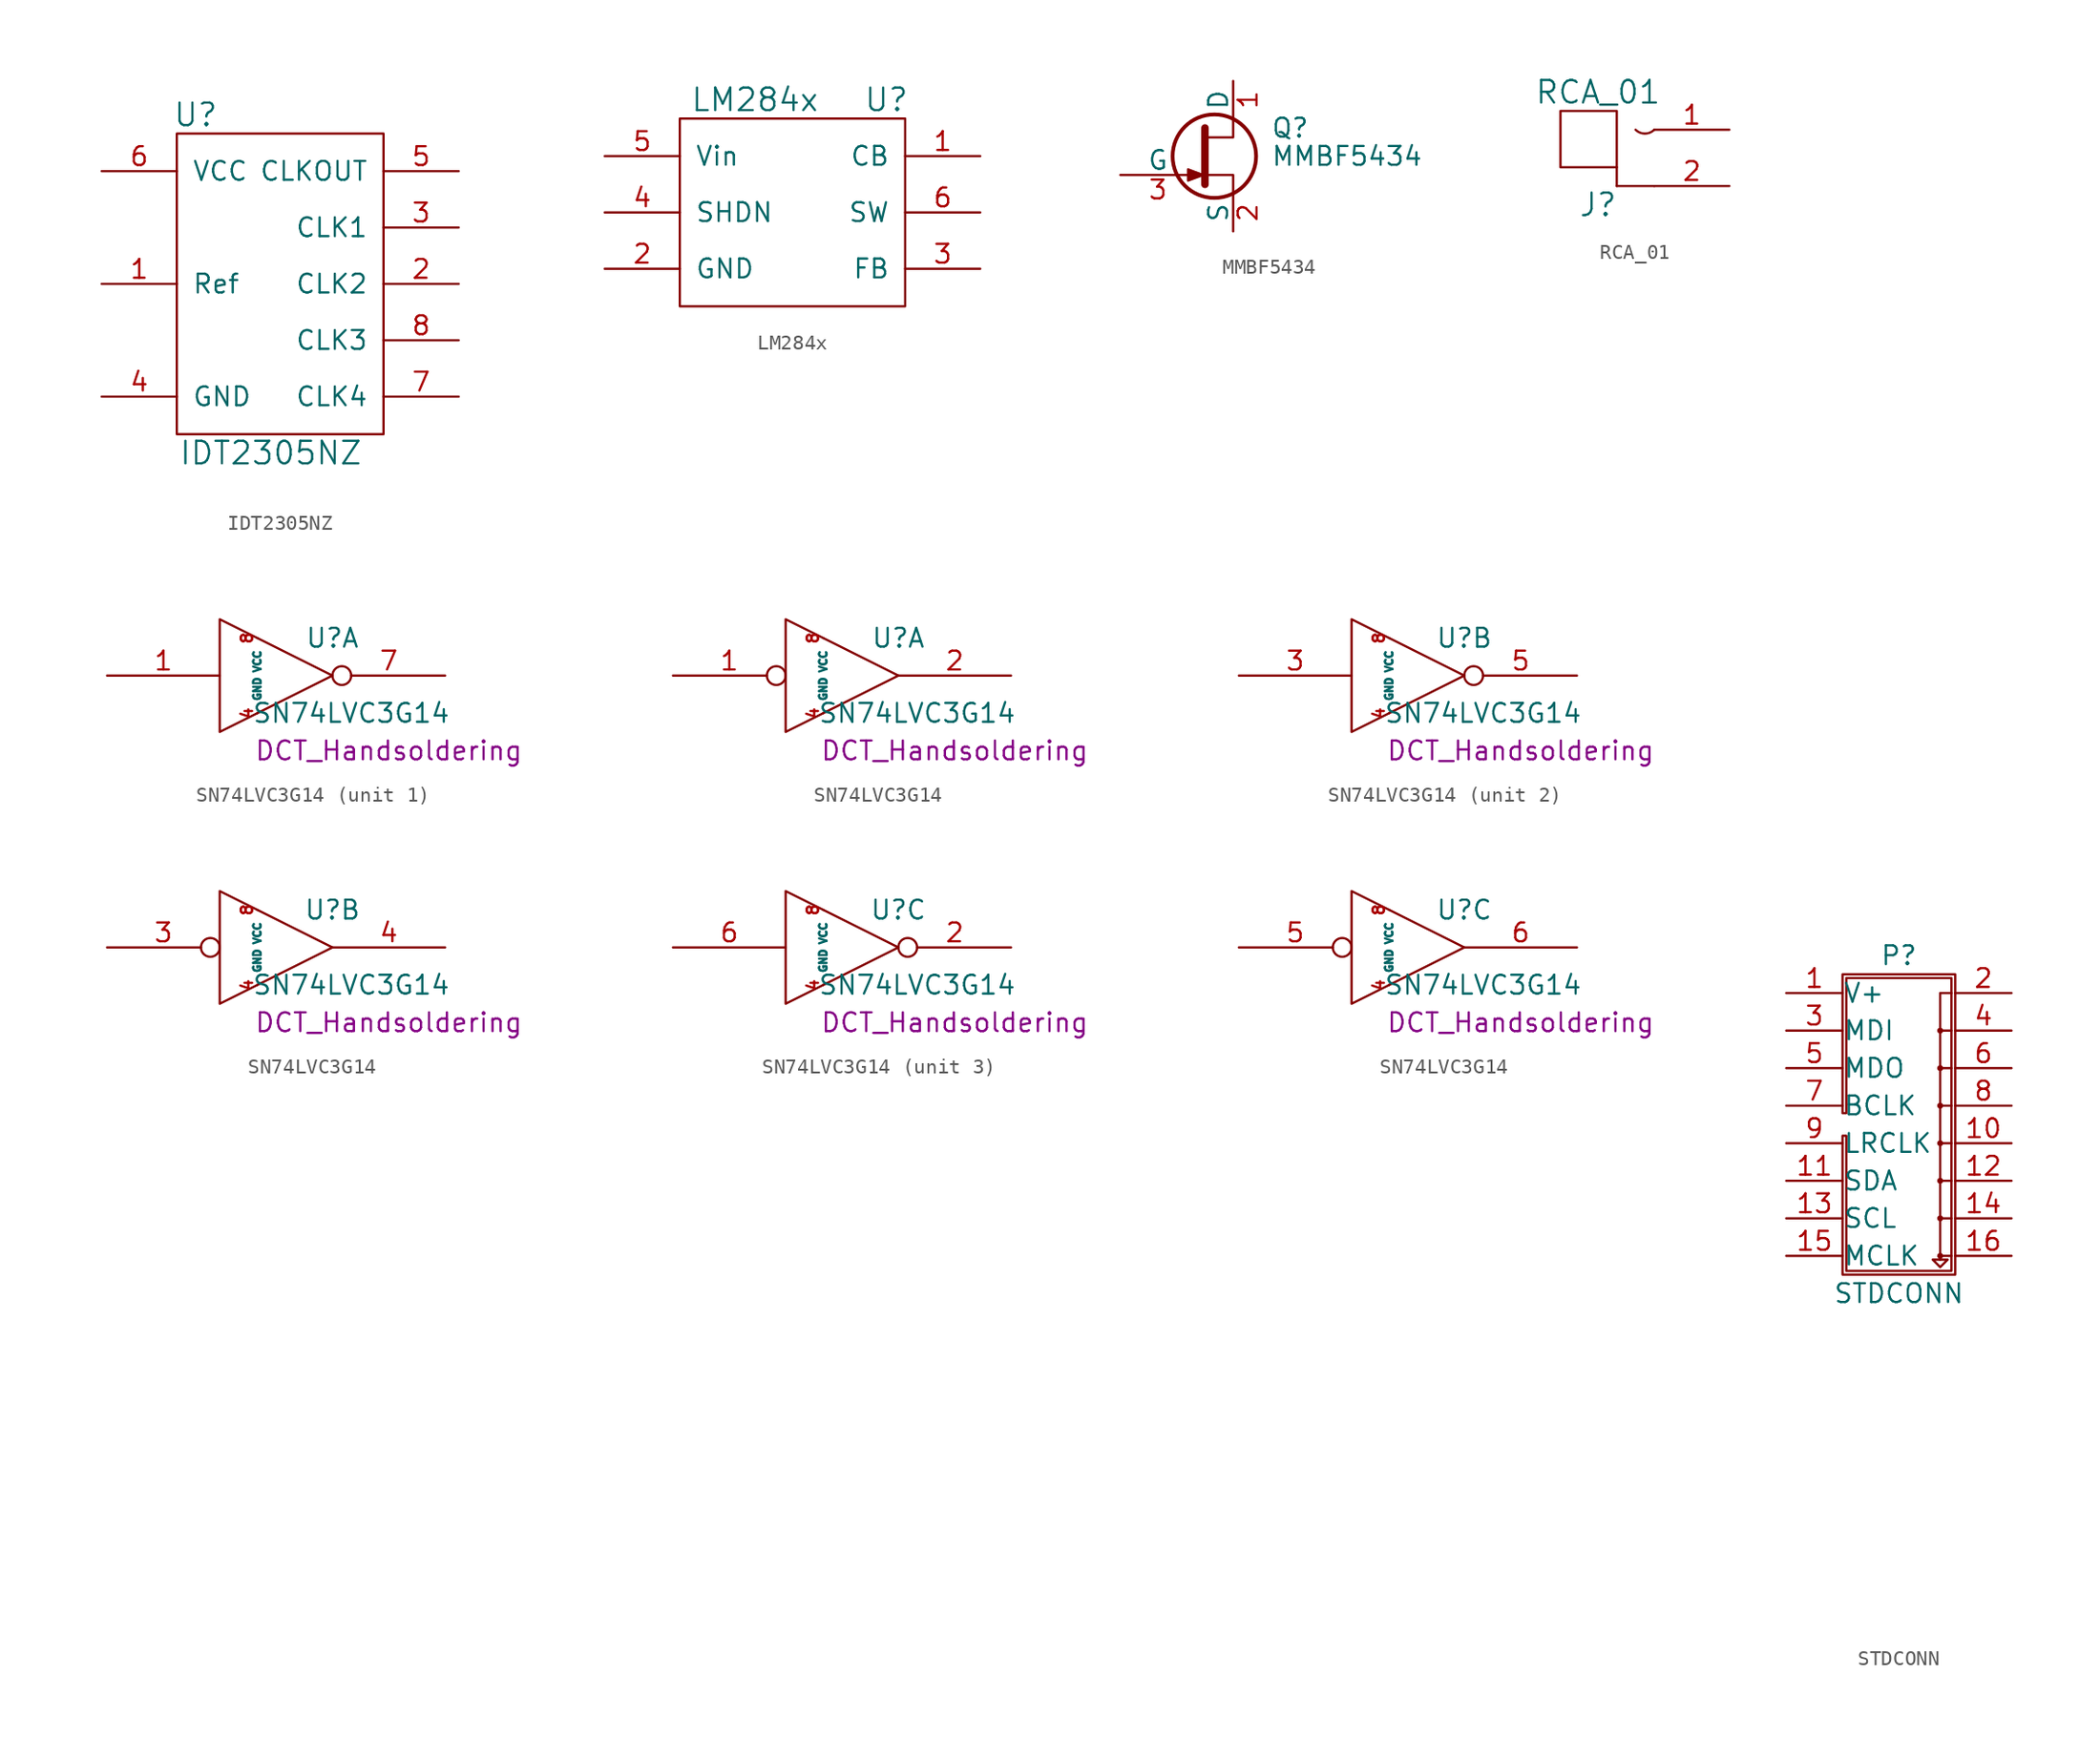
<source format=kicad_sym>
(kicad_symbol_lib
  (version 20211014)
  (generator kicad_symbol_editor)
  (symbol "IDT2305NZ"
    (pin_names
      (offset 1.016))
    (property "Reference" "U"
      (at -5.08 11.43 0)
      (effects (font (size 1.524 1.524))))
    (property "Value" "IDT2305NZ"
      (at 0 -11.43 0)
      (effects (font (size 1.524 1.524))))
    (symbol "IDT2305NZ_0_1"
      (rectangle (start -6.35 10.16) (end 7.62 -10.16) (stroke (width 0) (type default) (color 0 0 0 0)) (fill (type none))))
    (symbol "IDT2305NZ_1_1"
      (pin input line (at -11.43 0 0) (length 5.08) (name "Ref" (effects (font (size 1.27 1.27)))) (number "1" (effects (font (size 1.27 1.27)))))
      (pin input line (at 12.7 0 180) (length 5.08) (name "CLK2" (effects (font (size 1.27 1.27)))) (number "2" (effects (font (size 1.27 1.27)))))
      (pin input line (at 12.7 3.81 180) (length 5.08) (name "CLK1" (effects (font (size 1.27 1.27)))) (number "3" (effects (font (size 1.27 1.27)))))
      (pin input line (at -11.43 -7.62 0) (length 5.08) (name "GND" (effects (font (size 1.27 1.27)))) (number "4" (effects (font (size 1.27 1.27)))))
      (pin input line (at 12.7 7.62 180) (length 5.08) (name "CLKOUT" (effects (font (size 1.27 1.27)))) (number "5" (effects (font (size 1.27 1.27)))))
      (pin input line (at -11.43 7.62 0) (length 5.08) (name "VCC" (effects (font (size 1.27 1.27)))) (number "6" (effects (font (size 1.27 1.27)))))
      (pin input line (at 12.7 -7.62 180) (length 5.08) (name "CLK4" (effects (font (size 1.27 1.27)))) (number "7" (effects (font (size 1.27 1.27)))))
      (pin input line (at 12.7 -3.81 180) (length 5.08) (name "CLK3" (effects (font (size 1.27 1.27)))) (number "8" (effects (font (size 1.27 1.27)))))))
  (symbol "LM284x"
    (pin_names
      (offset 1.016))
    (property "Reference" "U"
      (at 6.35 7.62 0)
      (effects (font (size 1.524 1.524))))
    (property "Value" "LM284x"
      (at -2.54 7.62 0)
      (effects (font (size 1.524 1.524))))
    (property "Footprint" ""
      (at 1.27 0 0)
      (effects (font (size 1.524 1.524))))
    (property "Datasheet" ""
      (at 1.27 0 0)
      (effects (font (size 1.524 1.524))))
    (symbol "LM284x_0_1"
      (rectangle (start -7.62 6.35) (end 7.62 -6.35) (stroke (width 0) (type default) (color 0 0 0 0)) (fill (type none))))
    (symbol "LM284x_1_1"
      (pin input line (at 12.7 3.81 180) (length 5.08) (name "CB" (effects (font (size 1.27 1.27)))) (number "1" (effects (font (size 1.27 1.27)))))
      (pin power_in line (at -12.7 -3.81 0) (length 5.08) (name "GND" (effects (font (size 1.27 1.27)))) (number "2" (effects (font (size 1.27 1.27)))))
      (pin input line (at 12.7 -3.81 180) (length 5.08) (name "FB" (effects (font (size 1.27 1.27)))) (number "3" (effects (font (size 1.27 1.27)))))
      (pin input line (at -12.7 0 0) (length 5.08) (name "SHDN" (effects (font (size 1.27 1.27)))) (number "4" (effects (font (size 1.27 1.27)))))
      (pin power_in line (at -12.7 3.81 0) (length 5.08) (name "Vin" (effects (font (size 1.27 1.27)))) (number "5" (effects (font (size 1.27 1.27)))))
      (pin output line (at 12.7 0 180) (length 5.08) (name "SW" (effects (font (size 1.27 1.27)))) (number "6" (effects (font (size 1.27 1.27)))))))
  (symbol "MMBF5434"
    (pin_names
      (offset 0))
    (property "Reference" "Q"
      (at 5.08 1.905 0)
      (effects (font (size 1.27 1.27)) (justify left)))
    (property "Value" "MMBF5434"
      (at 5.08 0 0)
      (effects (font (size 1.27 1.27)) (justify left)))
    (symbol "MMBF5434_0_1"
      (polyline (pts (xy 0.635 1.905) (xy 0.635 -1.905) (xy 0.635 -1.905)) (stroke (width 0.508) (type default) (color 0 0 0 0)) (fill (type none)))
      (polyline (pts (xy 0.508 -1.27) (xy -0.508 -0.889) (xy -0.508 -1.651) (xy 0.508 -1.27)) (stroke (width 0) (type default) (color 0 0 0 0)) (fill (type outline)))
      (polyline (pts (xy 0.762 -1.27) (xy 2.54 -1.27) (xy 2.54 -2.54) (xy 2.54 -2.54)) (stroke (width 0) (type default) (color 0 0 0 0)) (fill (type none)))
      (polyline (pts (xy 0.762 1.27) (xy 2.54 1.27) (xy 2.54 2.54) (xy 2.54 2.54)) (stroke (width 0) (type default) (color 0 0 0 0)) (fill (type none)))
      (circle (center 1.27 0) (radius 2.819) (stroke (width 0.254) (type default) (color 0 0 0 0)) (fill (type none))))
    (symbol "MMBF5434_1_1"
      (pin passive line (at 2.54 5.08 270) (length 2.54) (name "D" (effects (font (size 1.27 1.27)))) (number "1" (effects (font (size 1.27 1.27)))))
      (pin passive line (at 2.54 -5.08 90) (length 2.54) (name "S" (effects (font (size 1.27 1.27)))) (number "2" (effects (font (size 1.27 1.27)))))
      (pin passive line (at -5.08 -1.27 0) (length 5.08) (name "G" (effects (font (size 1.27 1.27)))) (number "3" (effects (font (size 1.27 1.27)))))))
  (symbol "RCA_01"
    (pin_names
      (offset 1.016) hide)
    (property "Reference" "J"
      (at -1.27 -2.54 0)
      (effects (font (size 1.524 1.524))))
    (property "Value" "RCA_01"
      (at -1.27 5.08 0)
      (effects (font (size 1.524 1.524))))
    (property "Footprint" ""
      (at 0 0 0)
      (effects (font (size 1.524 1.524))))
    (property "Datasheet" ""
      (at 0 0 0)
      (effects (font (size 1.524 1.524))))
    (symbol "RCA_01_0_1"
      (rectangle (start -3.81 3.81) (end 0 0) (stroke (width 0) (type default) (color 0 0 0 0)) (fill (type none)))
      (polyline (pts (xy 0 -1.27) (xy 0 0)) (stroke (width 0) (type default) (color 0 0 0 0)) (fill (type none)))
      (polyline (pts (xy 0 -1.27) (xy 2.54 -1.27)) (stroke (width 0) (type default) (color 0 0 0 0)) (fill (type none)))
      (arc (start 1.27 2.54) (mid 1.905 2.277) (end 2.54 2.54) (stroke (width 0) (type default) (color 0 0 0 0)) (fill (type none))))
    (symbol "RCA_01_1_1"
      (pin passive line (at 7.62 2.54 180) (length 5.08) (name "SIG" (effects (font (size 1.27 1.27)))) (number "1" (effects (font (size 1.27 1.27)))))
      (pin passive line (at 7.62 -1.27 180) (length 5.08) (name "GND" (effects (font (size 1.27 1.27)))) (number "2" (effects (font (size 1.27 1.27)))))))
  (symbol "SN74LVC3G14"
    (pin_names
      (offset 0.762))
    (property "Reference" "U"
      (at 3.81 2.54 0)
      (effects (font (size 1.27 1.27))))
    (property "Value" "SN74LVC3G14"
      (at 5.08 -2.54 0)
      (effects (font (size 1.27 1.27))))
    (property "Footprint" "DCT_Handsoldering"
      (at 7.62 -5.08 0)
      (effects (font (size 1.27 1.27))))
    (symbol "SN74LVC3G14_0_0"
      (polyline (pts (xy -3.81 3.81) (xy -3.81 -3.81) (xy 3.81 0) (xy -3.81 3.81)) (stroke (width 0) (type default) (color 0 0 0 0)) (fill (type none)))
      (pin input line (at -1.27 -2.54 90) (length 0) (name "GND" (effects (font (size 0.508 0.508)))) (number "4" (effects (font (size 0.762 0.762)))))
      (pin input line (at -1.27 2.54 270) (length 0) (name "VCC" (effects (font (size 0.508 0.508)))) (number "8" (effects (font (size 0.762 0.762))))))
    (symbol "SN74LVC3G14_1_1"
      (pin input line (at -11.43 0 0) (length 7.62) (name "~" (effects (font (size 1.27 1.27)))) (number "1" (effects (font (size 1.27 1.27)))))
      (pin output inverted (at 11.43 0 180) (length 7.62) (name "~" (effects (font (size 1.27 1.27)))) (number "7" (effects (font (size 1.27 1.27))))))
    (symbol "SN74LVC3G14_1_2"
      (pin input inverted (at -11.43 0 0) (length 7.62) (name "~" (effects (font (size 1.27 1.27)))) (number "1" (effects (font (size 1.27 1.27)))))
      (pin output line (at 11.43 0 180) (length 7.62) (name "~" (effects (font (size 1.27 1.27)))) (number "2" (effects (font (size 1.27 1.27))))))
    (symbol "SN74LVC3G14_2_1"
      (pin input line (at -11.43 0 0) (length 7.62) (name "~" (effects (font (size 1.27 1.27)))) (number "3" (effects (font (size 1.27 1.27)))))
      (pin output inverted (at 11.43 0 180) (length 7.62) (name "~" (effects (font (size 1.27 1.27)))) (number "5" (effects (font (size 1.27 1.27))))))
    (symbol "SN74LVC3G14_2_2"
      (pin input inverted (at -11.43 0 0) (length 7.62) (name "~" (effects (font (size 1.27 1.27)))) (number "3" (effects (font (size 1.27 1.27)))))
      (pin output line (at 11.43 0 180) (length 7.62) (name "~" (effects (font (size 1.27 1.27)))) (number "4" (effects (font (size 1.27 1.27))))))
    (symbol "SN74LVC3G14_3_1"
      (pin output inverted (at 11.43 0 180) (length 7.62) (name "~" (effects (font (size 1.27 1.27)))) (number "2" (effects (font (size 1.27 1.27)))))
      (pin input line (at -11.43 0 0) (length 7.62) (name "~" (effects (font (size 1.27 1.27)))) (number "6" (effects (font (size 1.27 1.27))))))
    (symbol "SN74LVC3G14_3_2"
      (pin input inverted (at -11.43 0 0) (length 7.62) (name "~" (effects (font (size 1.27 1.27)))) (number "5" (effects (font (size 1.27 1.27)))))
      (pin output line (at 11.43 0 180) (length 7.62) (name "~" (effects (font (size 1.27 1.27)))) (number "6" (effects (font (size 1.27 1.27)))))))
  (symbol "STDCONN"
    (pin_names
      (offset 0.025))
    (property "Reference" "P"
      (at 0 11.43 0)
      (effects (font (size 1.27 1.27))))
    (property "Value" "STDCONN"
      (at 0 -11.43 0)
      (effects (font (size 1.27 1.27))))
    (property "Footprint" ""
      (at 0 -30.48 0)
      (effects (font (size 1.524 1.524))))
    (property "Datasheet" ""
      (at 0 -30.48 0)
      (effects (font (size 1.524 1.524))))
    (symbol "STDCONN_0_1"
      (polyline (pts (xy 2.794 -9.144) (xy 2.794 -8.89)) (stroke (width 0) (type default) (color 0 0 0 0)) (fill (type none)))
      (polyline (pts (xy 3.556 -6.35) (xy 2.794 -6.35)) (stroke (width 0) (type default) (color 0 0 0 0)) (fill (type none)))
      (polyline (pts (xy 3.556 -3.81) (xy 2.794 -3.81)) (stroke (width 0) (type default) (color 0 0 0 0)) (fill (type none)))
      (polyline (pts (xy 3.556 -1.27) (xy 2.794 -1.27)) (stroke (width 0) (type default) (color 0 0 0 0)) (fill (type none)))
      (polyline (pts (xy 3.556 3.81) (xy 2.794 3.81)) (stroke (width 0) (type default) (color 0 0 0 0)) (fill (type none)))
      (polyline (pts (xy 3.556 6.35) (xy 2.794 6.35)) (stroke (width 0) (type default) (color 0 0 0 0)) (fill (type none)))
      (polyline (pts (xy 3.556 1.27) (xy 3.048 1.27) (xy 2.794 1.27)) (stroke (width 0) (type default) (color 0 0 0 0)) (fill (type none)))
      (polyline (pts (xy 3.302 -9.144) (xy 2.286 -9.144) (xy 2.794 -9.652) (xy 3.302 -9.144)) (stroke (width 0) (type default) (color 0 0 0 0)) (fill (type none)))
      (polyline (pts (xy 3.556 8.89) (xy 2.794 8.89) (xy 2.794 -8.89) (xy 3.556 -8.89)) (stroke (width 0) (type default) (color 0 0 0 0)) (fill (type none)))
      (polyline (pts (xy -3.81 -10.16) (xy 3.81 -10.16) (xy 3.81 10.16) (xy -3.81 10.16) (xy -3.81 0.762) (xy -3.556 0.762) (xy -3.556 9.906) (xy 3.556 9.906) (xy 3.556 -9.906) (xy -3.556 -9.906) (xy -3.556 -0.762) (xy -3.81 -0.762) (xy -3.81 -10.16)) (stroke (width 0) (type default) (color 0 0 0 0)) (fill (type none)))
      (circle (center 2.794 -8.89) (radius 0.127) (stroke (width 0) (type default) (color 0 0 0 0)) (fill (type none)))
      (circle (center 2.794 -6.35) (radius 0.127) (stroke (width 0) (type default) (color 0 0 0 0)) (fill (type none)))
      (circle (center 2.794 -3.81) (radius 0.127) (stroke (width 0) (type default) (color 0 0 0 0)) (fill (type none)))
      (circle (center 2.794 -1.27) (radius 0.127) (stroke (width 0) (type default) (color 0 0 0 0)) (fill (type none)))
      (circle (center 2.794 1.27) (radius 0.127) (stroke (width 0) (type default) (color 0 0 0 0)) (fill (type none)))
      (circle (center 2.794 3.81) (radius 0.127) (stroke (width 0) (type default) (color 0 0 0 0)) (fill (type none)))
      (circle (center 2.794 6.35) (radius 0.127) (stroke (width 0) (type default) (color 0 0 0 0)) (fill (type none))))
    (symbol "STDCONN_1_1"
      (pin passive line (at -7.62 8.89 0) (length 3.81) (name "V+" (effects (font (size 1.27 1.27)))) (number "1" (effects (font (size 1.27 1.27)))))
      (pin passive line (at 7.62 -1.27 180) (length 3.81) (name "GND" (effects (font (size 0 0)))) (number "10" (effects (font (size 1.27 1.27)))))
      (pin passive line (at -7.62 -3.81 0) (length 3.81) (name "SDA" (effects (font (size 1.27 1.27)))) (number "11" (effects (font (size 1.27 1.27)))))
      (pin passive line (at 7.62 -3.81 180) (length 3.81) (name "GND" (effects (font (size 0 0)))) (number "12" (effects (font (size 1.27 1.27)))))
      (pin passive line (at -7.62 -6.35 0) (length 3.81) (name "SCL" (effects (font (size 1.27 1.27)))) (number "13" (effects (font (size 1.27 1.27)))))
      (pin passive line (at 7.62 -6.35 180) (length 3.81) (name "GND" (effects (font (size 0 0)))) (number "14" (effects (font (size 1.27 1.27)))))
      (pin passive line (at -7.62 -8.89 0) (length 3.81) (name "MCLK" (effects (font (size 1.27 1.27)))) (number "15" (effects (font (size 1.27 1.27)))))
      (pin passive line (at 7.62 -8.89 180) (length 3.81) (name "GND" (effects (font (size 0 0)))) (number "16" (effects (font (size 1.27 1.27)))))
      (pin passive line (at 7.62 8.89 180) (length 3.81) (name "GND" (effects (font (size 0 0)))) (number "2" (effects (font (size 1.27 1.27)))))
      (pin passive line (at -7.62 6.35 0) (length 3.81) (name "MDI" (effects (font (size 1.27 1.27)))) (number "3" (effects (font (size 1.27 1.27)))))
      (pin passive line (at 7.62 6.35 180) (length 3.81) (name "GND" (effects (font (size 0 0)))) (number "4" (effects (font (size 1.27 1.27)))))
      (pin passive line (at -7.62 3.81 0) (length 3.81) (name "MDO" (effects (font (size 1.27 1.27)))) (number "5" (effects (font (size 1.27 1.27)))))
      (pin passive line (at 7.62 3.81 180) (length 3.81) (name "GND" (effects (font (size 0 0)))) (number "6" (effects (font (size 1.27 1.27)))))
      (pin passive line (at -7.62 1.27 0) (length 3.81) (name "BCLK" (effects (font (size 1.27 1.27)))) (number "7" (effects (font (size 1.27 1.27)))))
      (pin passive line (at 7.62 1.27 180) (length 3.81) (name "GND" (effects (font (size 0 0)))) (number "8" (effects (font (size 1.27 1.27)))))
      (pin passive line (at -7.62 -1.27 0) (length 3.81) (name "LRCLK" (effects (font (size 1.27 1.27)))) (number "9" (effects (font (size 1.27 1.27))))))))
</source>
